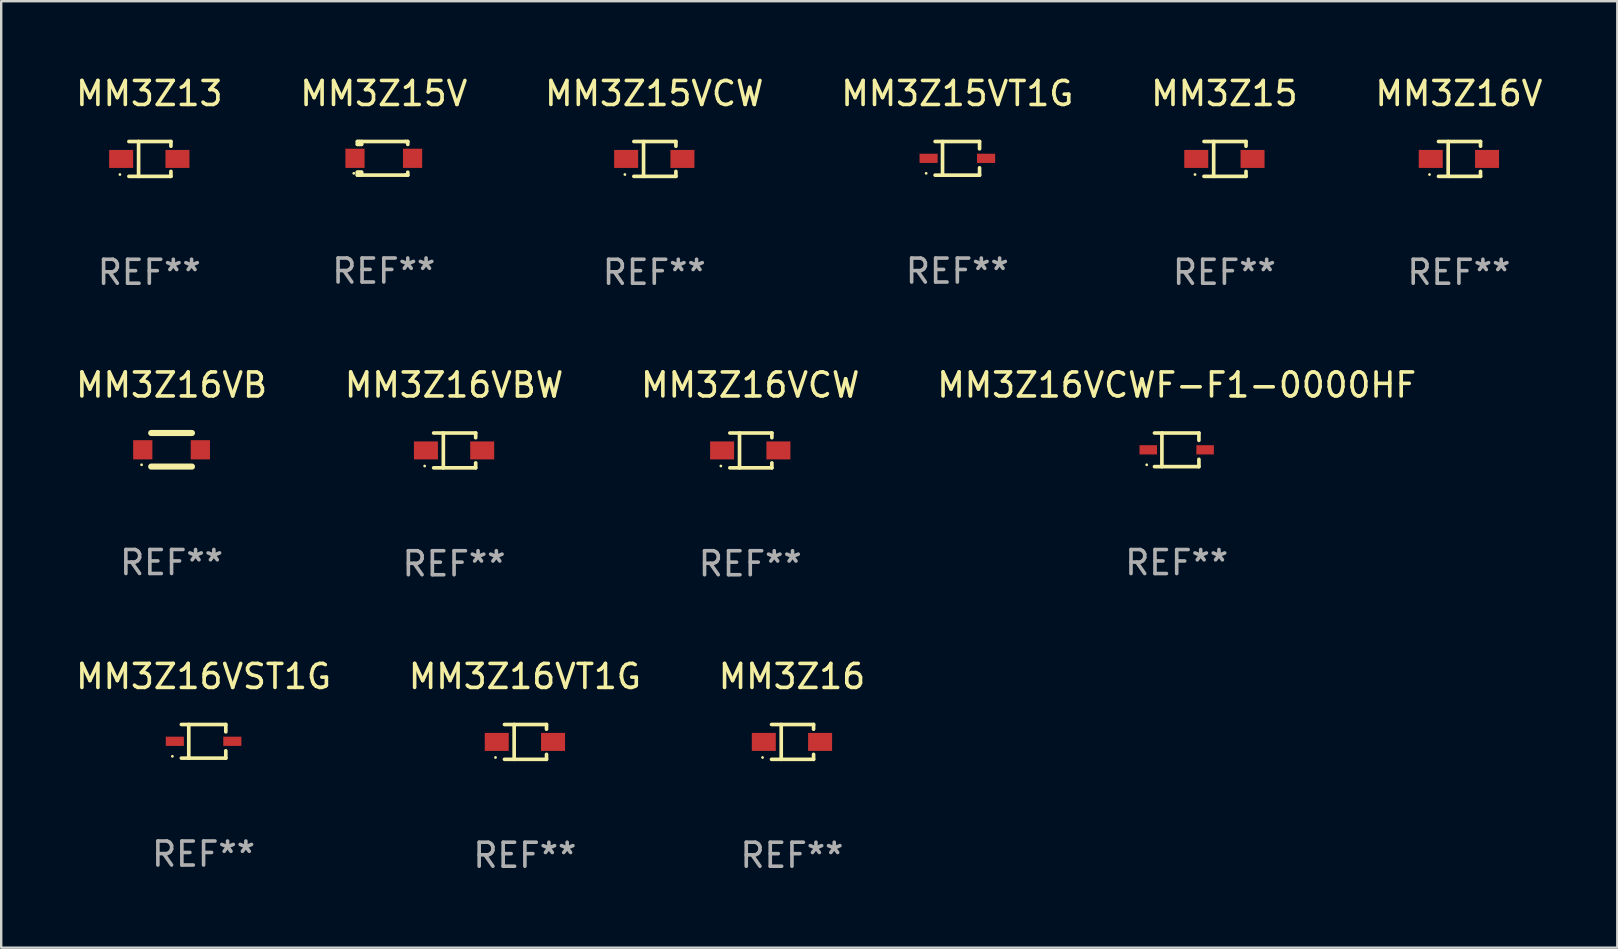
<source format=kicad_pcb>
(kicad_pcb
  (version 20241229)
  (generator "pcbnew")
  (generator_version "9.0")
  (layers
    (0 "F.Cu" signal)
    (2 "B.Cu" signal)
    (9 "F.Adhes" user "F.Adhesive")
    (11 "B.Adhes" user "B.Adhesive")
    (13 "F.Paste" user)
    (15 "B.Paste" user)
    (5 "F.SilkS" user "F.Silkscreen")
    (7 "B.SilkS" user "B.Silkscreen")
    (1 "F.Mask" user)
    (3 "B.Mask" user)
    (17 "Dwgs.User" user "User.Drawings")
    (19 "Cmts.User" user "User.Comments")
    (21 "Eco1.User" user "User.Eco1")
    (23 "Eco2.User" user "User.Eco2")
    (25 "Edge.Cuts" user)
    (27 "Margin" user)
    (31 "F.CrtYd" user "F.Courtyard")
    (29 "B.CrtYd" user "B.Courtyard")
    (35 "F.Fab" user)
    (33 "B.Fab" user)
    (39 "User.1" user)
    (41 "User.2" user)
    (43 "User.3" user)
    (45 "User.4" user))
  (footprint "MM3Z16VCW"
    (layer "F.Cu")
    (at 28.22 15.723)
    (property "Reference" "MM3Z16VCW" (at 0 -2.726 0) (layer "F.SilkS") (effects (font (size 1 1) (thickness 0.15))))
    (attr through_hole)
    (fp_line (start -0.851 -0.726) (end 0.901 -0.726) (stroke (width 0.152) (type solid)) (layer "F.SilkS"))
    (fp_line (start -0.851 0.726) (end 0.901 0.726) (stroke (width 0.152) (type solid)) (layer "F.SilkS"))
    (fp_line (start -0.447 -0.726) (end -0.447 0.726) (stroke (width 0.152) (type solid)) (layer "F.SilkS"))
    (fp_line (start 0.901 -0.726) (end 0.901 -0.53) (stroke (width 0.152) (type solid)) (layer "F.SilkS"))
    (fp_line (start 0.901 0.726) (end 0.901 0.52) (stroke (width 0.152) (type solid)) (layer "F.SilkS"))
    (fp_circle (center -1.225 0.65) (end -1.195 0.65) (stroke (width 0.06) (type solid)) (fill no) (layer "F.SilkS"))
    (fp_text user "REF**" (at 0 4.726 0) (layer "F.Fab") (effects (font (size 1 1) (thickness 0.15))))
    (pad "1" smd rect (at -1.173 0) (size 1 0.75) (layers "F.Cu" "F.Mask" "F.Paste"))
    (pad "2" smd rect (at 1.173 0) (size 1 0.75) (layers "F.Cu" "F.Mask" "F.Paste")))
  (footprint "MM3Z16VCWF-F1-0000HF"
    (layer "F.Cu")
    (at 45.994 15.698)
    (property "Reference" "MM3Z16VCWF-F1-0000HF" (at 0 -2.701 0) (layer "F.SilkS") (effects (font (size 1 1) (thickness 0.15))))
    (attr through_hole)
    (fp_line (start -0.926 -0.701) (end 0.926 -0.701) (stroke (width 0.152) (type solid)) (layer "F.SilkS"))
    (fp_line (start -0.926 0.701) (end 0.926 0.701) (stroke (width 0.152) (type solid)) (layer "F.SilkS"))
    (fp_line (start -0.617 -0.701) (end -0.617 0.701) (stroke (width 0.152) (type solid)) (layer "F.SilkS"))
    (fp_line (start 0.926 -0.701) (end 0.926 -0.396) (stroke (width 0.152) (type solid)) (layer "F.SilkS"))
    (fp_line (start 0.926 0.701) (end 0.926 0.396) (stroke (width 0.152) (type solid)) (layer "F.SilkS"))
    (fp_circle (center -1.25 0.625) (end -1.22 0.625) (stroke (width 0.06) (type solid)) (fill no) (layer "F.SilkS"))
    (fp_text user "REF**" (at 0 4.701 0) (layer "F.Fab") (effects (font (size 1 1) (thickness 0.15))))
    (pad "1" smd rect (at -1.185 0 180) (size 0.73 0.385) (layers "F.Cu" "F.Mask" "F.Paste"))
    (pad "2" smd rect (at 1.185 0 180) (size 0.73 0.385) (layers "F.Cu" "F.Mask" "F.Paste")))
  (footprint "MM3Z16VST1G"
    (layer "F.Cu")
    (at 5.435 27.847)
    (property "Reference" "MM3Z16VST1G" (at 0 -2.701 0) (layer "F.SilkS") (effects (font (size 1 1) (thickness 0.15))))
    (attr through_hole)
    (fp_line (start -0.926 -0.701) (end 0.926 -0.701) (stroke (width 0.152) (type solid)) (layer "F.SilkS"))
    (fp_line (start -0.926 0.701) (end 0.926 0.701) (stroke (width 0.152) (type solid)) (layer "F.SilkS"))
    (fp_line (start -0.617 -0.701) (end -0.617 0.701) (stroke (width 0.152) (type solid)) (layer "F.SilkS"))
    (fp_line (start 0.926 -0.701) (end 0.926 -0.396) (stroke (width 0.152) (type solid)) (layer "F.SilkS"))
    (fp_line (start 0.926 0.701) (end 0.926 0.396) (stroke (width 0.152) (type solid)) (layer "F.SilkS"))
    (fp_circle (center -1.3 0.625) (end -1.27 0.625) (stroke (width 0.06) (type solid)) (fill no) (layer "F.SilkS"))
    (fp_text user "REF**" (at 0 4.701 0) (layer "F.Fab") (effects (font (size 1 1) (thickness 0.15))))
    (pad "1" smd rect (at -1.198 0 180) (size 0.755 0.385) (layers "F.Cu" "F.Mask" "F.Paste"))
    (pad "2" smd rect (at 1.198 0 180) (size 0.755 0.385) (layers "F.Cu" "F.Mask" "F.Paste")))
  (footprint "MM3Z16"
    (layer "F.Cu")
    (at 29.958 27.872)
    (property "Reference" "MM3Z16" (at 0 -2.726 0) (layer "F.SilkS") (effects (font (size 1 1) (thickness 0.15))))
    (attr through_hole)
    (fp_line (start -0.851 -0.726) (end 0.901 -0.726) (stroke (width 0.152) (type solid)) (layer "F.SilkS"))
    (fp_line (start -0.851 0.726) (end 0.901 0.726) (stroke (width 0.152) (type solid)) (layer "F.SilkS"))
    (fp_line (start -0.447 -0.726) (end -0.447 0.726) (stroke (width 0.152) (type solid)) (layer "F.SilkS"))
    (fp_line (start 0.901 -0.726) (end 0.901 -0.53) (stroke (width 0.152) (type solid)) (layer "F.SilkS"))
    (fp_line (start 0.901 0.726) (end 0.901 0.52) (stroke (width 0.152) (type solid)) (layer "F.SilkS"))
    (fp_circle (center -1.225 0.65) (end -1.195 0.65) (stroke (width 0.06) (type solid)) (fill no) (layer "F.SilkS"))
    (fp_text user "REF**" (at 0 4.726 0) (layer "F.Fab") (effects (font (size 1 1) (thickness 0.15))))
    (pad "1" smd rect (at -1.173 0) (size 1 0.75) (layers "F.Cu" "F.Mask" "F.Paste"))
    (pad "2" smd rect (at 1.173 0) (size 1 0.75) (layers "F.Cu" "F.Mask" "F.Paste")))
  (footprint "MM3Z15VCW"
    (layer "F.Cu")
    (at 24.22 3.574)
    (property "Reference" "MM3Z15VCW" (at 0 -2.726 0) (layer "F.SilkS") (effects (font (size 1 1) (thickness 0.15))))
    (attr through_hole)
    (fp_line (start -0.851 -0.726) (end 0.901 -0.726) (stroke (width 0.152) (type solid)) (layer "F.SilkS"))
    (fp_line (start -0.851 0.726) (end 0.901 0.726) (stroke (width 0.152) (type solid)) (layer "F.SilkS"))
    (fp_line (start -0.447 -0.726) (end -0.447 0.726) (stroke (width 0.152) (type solid)) (layer "F.SilkS"))
    (fp_line (start 0.901 -0.726) (end 0.901 -0.53) (stroke (width 0.152) (type solid)) (layer "F.SilkS"))
    (fp_line (start 0.901 0.726) (end 0.901 0.52) (stroke (width 0.152) (type solid)) (layer "F.SilkS"))
    (fp_circle (center -1.225 0.65) (end -1.195 0.65) (stroke (width 0.06) (type solid)) (fill no) (layer "F.SilkS"))
    (fp_text user "REF**" (at 0 4.726 0) (layer "F.Fab") (effects (font (size 1 1) (thickness 0.15))))
    (pad "1" smd rect (at -1.173 0) (size 1 0.75) (layers "F.Cu" "F.Mask" "F.Paste"))
    (pad "2" smd rect (at 1.173 0) (size 1 0.75) (layers "F.Cu" "F.Mask" "F.Paste")))
  (footprint "MM3Z15V"
    (layer "F.Cu")
    (at 12.946 3.548)
    (property "Reference" "MM3Z15V" (at 0 -2.7 0) (layer "F.SilkS") (effects (font (size 1 1) (thickness 0.15))))
    (attr through_hole)
    (fp_line (start -1.1 -0.7) (end -1.1 -0.58) (stroke (width 0.152) (type solid)) (layer "F.SilkS"))
    (fp_line (start -1.1 0.58) (end -1.1 0.7) (stroke (width 0.152) (type solid)) (layer "F.SilkS"))
    (fp_line (start -1.1 0.58) (end -0.927 0.58) (stroke (width 0.152) (type solid)) (layer "F.SilkS"))
    (fp_line (start -1.1 0.7) (end 0.9 0.7) (stroke (width 0.152) (type solid)) (layer "F.SilkS"))
    (fp_line (start -1.014 -0.58) (end -1.014 -0.7) (stroke (width 0.152) (type solid)) (layer "F.SilkS"))
    (fp_line (start -1.014 0.7) (end -1.014 0.58) (stroke (width 0.152) (type solid)) (layer "F.SilkS"))
    (fp_line (start -0.927 -0.7) (end -0.927 -0.58) (stroke (width 0.152) (type solid)) (layer "F.SilkS"))
    (fp_line (start -0.927 -0.58) (end -1.1 -0.58) (stroke (width 0.152) (type solid)) (layer "F.SilkS"))
    (fp_line (start -0.927 0.58) (end -0.927 0.7) (stroke (width 0.152) (type solid)) (layer "F.SilkS"))
    (fp_line (start 0.9 -0.7) (end -1.1 -0.7) (stroke (width 0.152) (type solid)) (layer "F.SilkS"))
    (fp_line (start 0.9 0.7) (end 1 0.7) (stroke (width 0.152) (type solid)) (layer "F.SilkS"))
    (fp_line (start 1 -0.7) (end 0.9 -0.7) (stroke (width 0.152) (type solid)) (layer "F.SilkS"))
    (fp_line (start 1 -0.58) (end 1 -0.7) (stroke (width 0.152) (type solid)) (layer "F.SilkS"))
    (fp_line (start 1 0.7) (end 1 0.58) (stroke (width 0.152) (type solid)) (layer "F.SilkS"))
    (fp_circle (center -1.25 0.625) (end -1.22 0.625) (stroke (width 0.06) (type solid)) (fill no) (layer "F.SilkS"))
    (fp_text user "REF**" (at 0 4.7 0) (layer "F.Fab") (effects (font (size 1 1) (thickness 0.15))))
    (pad "1" smd rect (at -1.2 0) (size 0.8 0.8) (layers "F.Cu" "F.Mask" "F.Paste"))
    (pad "2" smd rect (at 1.2 0) (size 0.8 0.8) (layers "F.Cu" "F.Mask" "F.Paste")))
  (footprint "MM3Z13"
    (layer "F.Cu")
    (at 3.173 3.574)
    (property "Reference" "MM3Z13" (at 0 -2.726 0) (layer "F.SilkS") (effects (font (size 1 1) (thickness 0.15))))
    (attr through_hole)
    (fp_line (start -0.851 -0.726) (end 0.901 -0.726) (stroke (width 0.152) (type solid)) (layer "F.SilkS"))
    (fp_line (start -0.851 0.726) (end 0.901 0.726) (stroke (width 0.152) (type solid)) (layer "F.SilkS"))
    (fp_line (start -0.447 -0.726) (end -0.447 0.726) (stroke (width 0.152) (type solid)) (layer "F.SilkS"))
    (fp_line (start 0.901 -0.726) (end 0.901 -0.53) (stroke (width 0.152) (type solid)) (layer "F.SilkS"))
    (fp_line (start 0.901 0.726) (end 0.901 0.52) (stroke (width 0.152) (type solid)) (layer "F.SilkS"))
    (fp_circle (center -1.225 0.65) (end -1.195 0.65) (stroke (width 0.06) (type solid)) (fill no) (layer "F.SilkS"))
    (fp_text user "REF**" (at 0 4.726 0) (layer "F.Fab") (effects (font (size 1 1) (thickness 0.15))))
    (pad "1" smd rect (at -1.173 0) (size 1 0.75) (layers "F.Cu" "F.Mask" "F.Paste"))
    (pad "2" smd rect (at 1.173 0) (size 1 0.75) (layers "F.Cu" "F.Mask" "F.Paste")))
  (footprint "MM3Z15VT1G"
    (layer "F.Cu")
    (at 36.851 3.549)
    (property "Reference" "MM3Z15VT1G" (at 0 -2.701 0) (layer "F.SilkS") (effects (font (size 1 1) (thickness 0.15))))
    (attr through_hole)
    (fp_line (start -0.926 -0.701) (end 0.926 -0.701) (stroke (width 0.152) (type solid)) (layer "F.SilkS"))
    (fp_line (start -0.926 0.701) (end 0.926 0.701) (stroke (width 0.152) (type solid)) (layer "F.SilkS"))
    (fp_line (start -0.617 -0.701) (end -0.617 0.701) (stroke (width 0.152) (type solid)) (layer "F.SilkS"))
    (fp_line (start 0.926 -0.701) (end 0.926 -0.396) (stroke (width 0.152) (type solid)) (layer "F.SilkS"))
    (fp_line (start 0.926 0.701) (end 0.926 0.396) (stroke (width 0.152) (type solid)) (layer "F.SilkS"))
    (fp_circle (center -1.3 0.625) (end -1.27 0.625) (stroke (width 0.06) (type solid)) (fill no) (layer "F.SilkS"))
    (fp_text user "REF**" (at 0 4.701 0) (layer "F.Fab") (effects (font (size 1 1) (thickness 0.15))))
    (pad "1" smd rect (at -1.198 0 180) (size 0.755 0.385) (layers "F.Cu" "F.Mask" "F.Paste"))
    (pad "2" smd rect (at 1.198 0 180) (size 0.755 0.385) (layers "F.Cu" "F.Mask" "F.Paste")))
  (footprint "MM3Z16VBW"
    (layer "F.Cu")
    (at 15.875 15.723)
    (property "Reference" "MM3Z16VBW" (at 0 -2.726 0) (layer "F.SilkS") (effects (font (size 1 1) (thickness 0.15))))
    (attr through_hole)
    (fp_line (start -0.851 -0.726) (end 0.901 -0.726) (stroke (width 0.152) (type solid)) (layer "F.SilkS"))
    (fp_line (start -0.851 0.726) (end 0.901 0.726) (stroke (width 0.152) (type solid)) (layer "F.SilkS"))
    (fp_line (start -0.447 -0.726) (end -0.447 0.726) (stroke (width 0.152) (type solid)) (layer "F.SilkS"))
    (fp_line (start 0.901 -0.726) (end 0.901 -0.53) (stroke (width 0.152) (type solid)) (layer "F.SilkS"))
    (fp_line (start 0.901 0.726) (end 0.901 0.52) (stroke (width 0.152) (type solid)) (layer "F.SilkS"))
    (fp_circle (center -1.225 0.65) (end -1.195 0.65) (stroke (width 0.06) (type solid)) (fill no) (layer "F.SilkS"))
    (fp_text user "REF**" (at 0 4.726 0) (layer "F.Fab") (effects (font (size 1 1) (thickness 0.15))))
    (pad "1" smd rect (at -1.173 0) (size 1 0.75) (layers "F.Cu" "F.Mask" "F.Paste"))
    (pad "2" smd rect (at 1.173 0) (size 1 0.75) (layers "F.Cu" "F.Mask" "F.Paste")))
  (footprint "MM3Z16VT1G"
    (layer "F.Cu")
    (at 18.827 27.872)
    (property "Reference" "MM3Z16VT1G" (at 0 -2.726 0) (layer "F.SilkS") (effects (font (size 1 1) (thickness 0.15))))
    (attr through_hole)
    (fp_line (start -0.851 -0.726) (end 0.901 -0.726) (stroke (width 0.152) (type solid)) (layer "F.SilkS"))
    (fp_line (start -0.851 0.726) (end 0.901 0.726) (stroke (width 0.152) (type solid)) (layer "F.SilkS"))
    (fp_line (start -0.447 -0.726) (end -0.447 0.726) (stroke (width 0.152) (type solid)) (layer "F.SilkS"))
    (fp_line (start 0.901 -0.726) (end 0.901 -0.53) (stroke (width 0.152) (type solid)) (layer "F.SilkS"))
    (fp_line (start 0.901 0.726) (end 0.901 0.52) (stroke (width 0.152) (type solid)) (layer "F.SilkS"))
    (fp_circle (center -1.225 0.65) (end -1.195 0.65) (stroke (width 0.06) (type solid)) (fill no) (layer "F.SilkS"))
    (fp_text user "REF**" (at 0 4.726 0) (layer "F.Fab") (effects (font (size 1 1) (thickness 0.15))))
    (pad "1" smd rect (at -1.173 0) (size 1 0.75) (layers "F.Cu" "F.Mask" "F.Paste"))
    (pad "2" smd rect (at 1.173 0) (size 1 0.75) (layers "F.Cu" "F.Mask" "F.Paste")))
  (footprint "MM3Z16V"
    (layer "F.Cu")
    (at 57.756 3.574)
    (property "Reference" "MM3Z16V" (at 0 -2.726 0) (layer "F.SilkS") (effects (font (size 1 1) (thickness 0.15))))
    (attr through_hole)
    (fp_line (start -0.851 -0.726) (end 0.901 -0.726) (stroke (width 0.152) (type solid)) (layer "F.SilkS"))
    (fp_line (start -0.851 0.726) (end 0.901 0.726) (stroke (width 0.152) (type solid)) (layer "F.SilkS"))
    (fp_line (start -0.447 -0.726) (end -0.447 0.726) (stroke (width 0.152) (type solid)) (layer "F.SilkS"))
    (fp_line (start 0.901 -0.726) (end 0.901 -0.53) (stroke (width 0.152) (type solid)) (layer "F.SilkS"))
    (fp_line (start 0.901 0.726) (end 0.901 0.52) (stroke (width 0.152) (type solid)) (layer "F.SilkS"))
    (fp_circle (center -1.225 0.65) (end -1.195 0.65) (stroke (width 0.06) (type solid)) (fill no) (layer "F.SilkS"))
    (fp_text user "REF**" (at 0 4.726 0) (layer "F.Fab") (effects (font (size 1 1) (thickness 0.15))))
    (pad "1" smd rect (at -1.173 0) (size 1 0.75) (layers "F.Cu" "F.Mask" "F.Paste"))
    (pad "2" smd rect (at 1.173 0) (size 1 0.75) (layers "F.Cu" "F.Mask" "F.Paste")))
  (footprint "MM3Z15"
    (layer "F.Cu")
    (at 47.982 3.574)
    (property "Reference" "MM3Z15" (at 0 -2.726 0) (layer "F.SilkS") (effects (font (size 1 1) (thickness 0.15))))
    (attr through_hole)
    (fp_line (start -0.851 -0.726) (end 0.901 -0.726) (stroke (width 0.152) (type solid)) (layer "F.SilkS"))
    (fp_line (start -0.851 0.726) (end 0.901 0.726) (stroke (width 0.152) (type solid)) (layer "F.SilkS"))
    (fp_line (start -0.447 -0.726) (end -0.447 0.726) (stroke (width 0.152) (type solid)) (layer "F.SilkS"))
    (fp_line (start 0.901 -0.726) (end 0.901 -0.53) (stroke (width 0.152) (type solid)) (layer "F.SilkS"))
    (fp_line (start 0.901 0.726) (end 0.901 0.52) (stroke (width 0.152) (type solid)) (layer "F.SilkS"))
    (fp_circle (center -1.225 0.65) (end -1.195 0.65) (stroke (width 0.06) (type solid)) (fill no) (layer "F.SilkS"))
    (fp_text user "REF**" (at 0 4.726 0) (layer "F.Fab") (effects (font (size 1 1) (thickness 0.15))))
    (pad "1" smd rect (at -1.173 0) (size 1 0.75) (layers "F.Cu" "F.Mask" "F.Paste"))
    (pad "2" smd rect (at 1.173 0) (size 1 0.75) (layers "F.Cu" "F.Mask" "F.Paste")))
  (footprint "MM3Z16VB"
    (layer "F.Cu")
    (at 4.101 15.697)
    (property "Reference" "MM3Z16VB" (at 0 -2.7 0) (layer "F.SilkS") (effects (font (size 1 1) (thickness 0.15))))
    (attr through_hole)
    (fp_line (start -0.85 -0.7) (end 0.85 -0.7) (stroke (width 0.254) (type solid)) (layer "F.SilkS"))
    (fp_line (start -0.85 0.7) (end 0.85 0.7) (stroke (width 0.254) (type solid)) (layer "F.SilkS"))
    (fp_circle (center -1.25 0.625) (end -1.22 0.625) (stroke (width 0.06) (type solid)) (fill no) (layer "F.SilkS"))
    (fp_text user "REF**" (at 0 4.7 0) (layer "F.Fab") (effects (font (size 1 1) (thickness 0.15))))
    (pad "1" smd rect (at -1.2 0) (size 0.8 0.8) (layers "F.Cu" "F.Mask" "F.Paste"))
    (pad "2" smd rect (at 1.2 0) (size 0.8 0.8) (layers "F.Cu" "F.Mask" "F.Paste")))
  (gr_rect
    (start -3 -3)
    (end 64.357 36.447)
    (stroke (width 0.1) (type default))
    (fill no)
    (layer "Edge.Cuts")))
</source>
